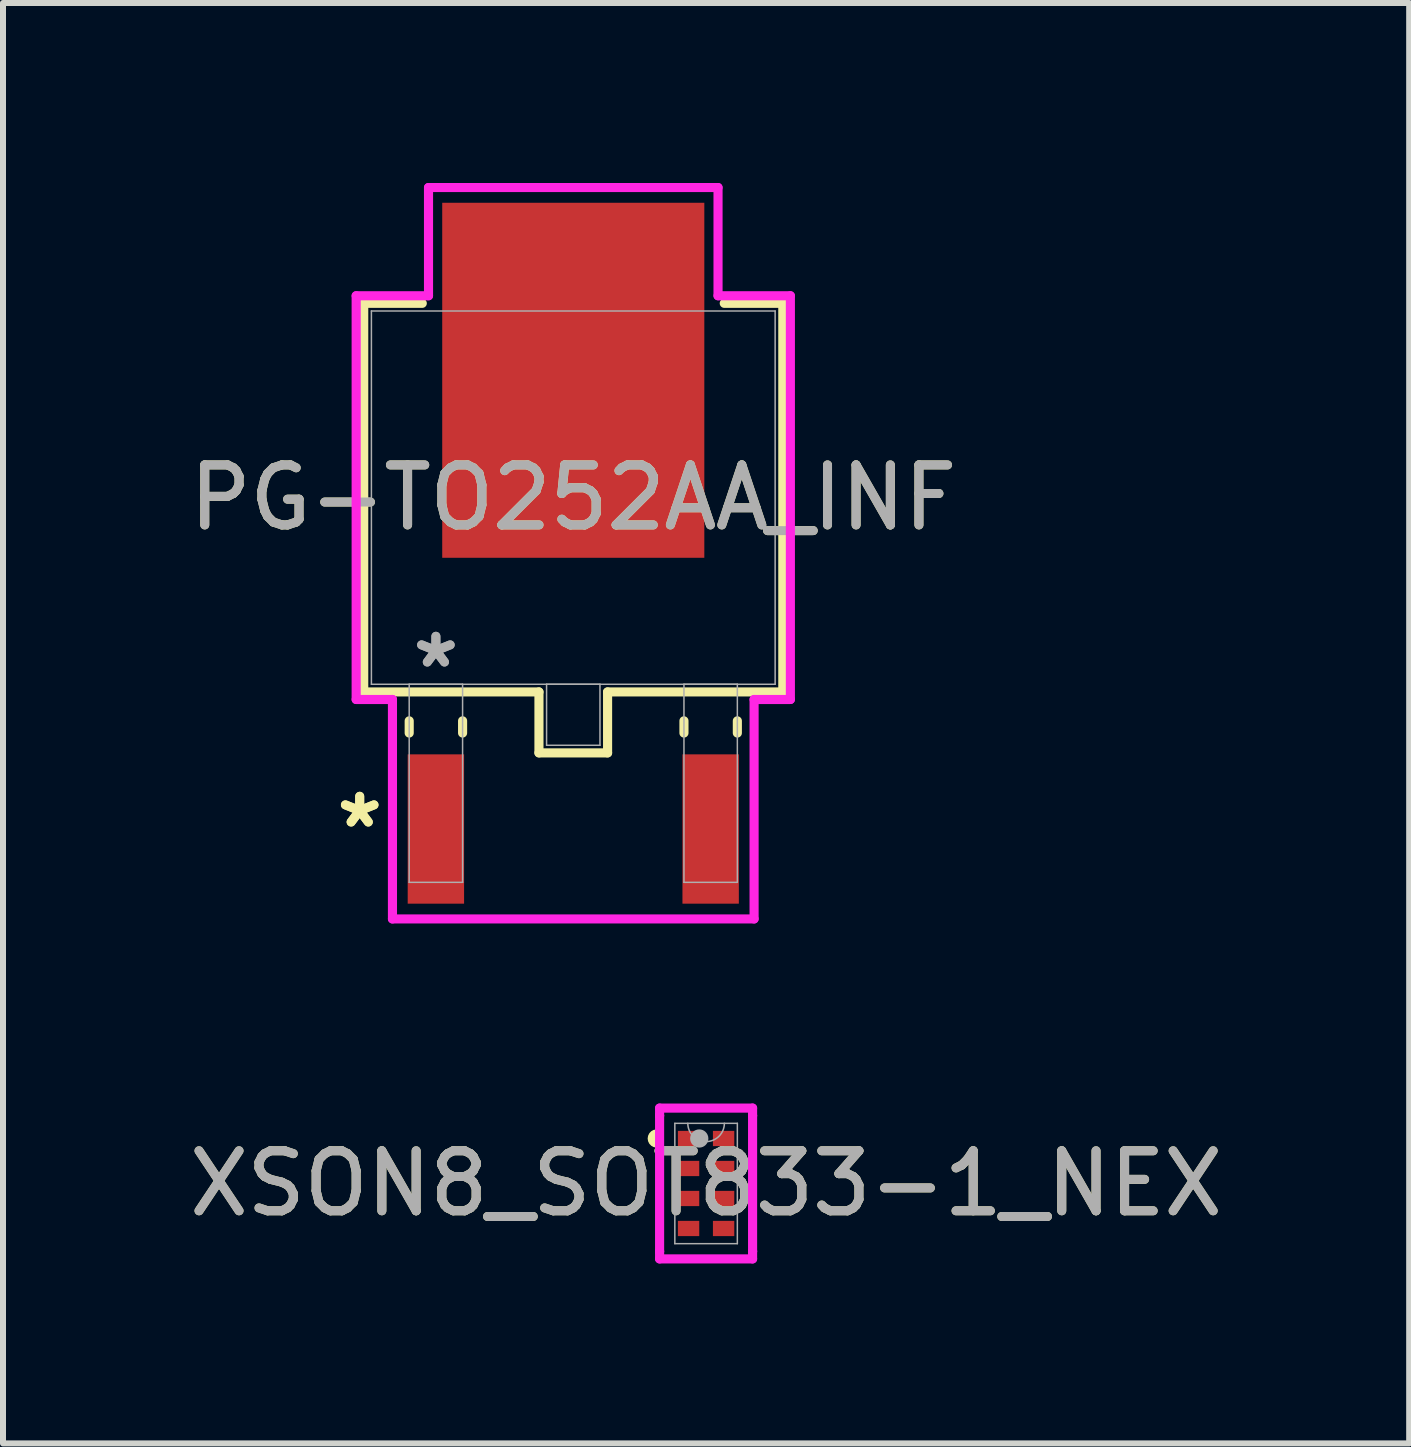
<source format=kicad_pcb>
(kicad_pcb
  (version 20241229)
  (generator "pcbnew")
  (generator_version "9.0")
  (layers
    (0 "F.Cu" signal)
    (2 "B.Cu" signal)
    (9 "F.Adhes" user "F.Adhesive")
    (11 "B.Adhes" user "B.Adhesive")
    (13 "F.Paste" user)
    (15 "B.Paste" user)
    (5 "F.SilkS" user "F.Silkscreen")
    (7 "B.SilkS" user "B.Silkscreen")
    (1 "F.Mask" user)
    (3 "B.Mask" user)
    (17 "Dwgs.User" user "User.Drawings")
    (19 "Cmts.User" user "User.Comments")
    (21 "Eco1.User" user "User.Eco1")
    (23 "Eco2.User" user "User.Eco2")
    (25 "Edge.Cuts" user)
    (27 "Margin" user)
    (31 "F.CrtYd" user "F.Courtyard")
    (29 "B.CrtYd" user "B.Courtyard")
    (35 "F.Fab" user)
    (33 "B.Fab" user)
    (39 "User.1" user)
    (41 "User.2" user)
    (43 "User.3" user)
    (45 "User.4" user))
  (footprint "XSON8_SOT833-1_NEX"
    (layer "F.Cu")
    (at 8.72 16.678)
    (property "Reference" "XSON8_SOT833-1_NEX" (at 0 0 0) (unlocked yes) (layer "F.SilkS") (effects (font (size 1 1) (thickness 0.15))))
    (attr smd)
    (fp_arc (start -0.80264 -0.676376) (mid -0.897763 -0.750189) (end -0.80264 -0.824002) (stroke (width 0.1524) (type solid)) (layer "F.SilkS"))
    (fp_line (start -0.775 -1.257) (end 0.775 -1.257) (stroke (width 0.152) (type solid)) (layer "F.CrtYd"))
    (fp_line (start -0.775 -1.131) (end -0.775 -1.257) (stroke (width 0.152) (type solid)) (layer "F.CrtYd"))
    (fp_line (start -0.775 -1.131) (end -0.775 -1.131) (stroke (width 0.152) (type solid)) (layer "F.CrtYd"))
    (fp_line (start -0.775 1.131) (end -0.775 -1.131) (stroke (width 0.152) (type solid)) (layer "F.CrtYd"))
    (fp_line (start -0.775 1.131) (end -0.775 1.131) (stroke (width 0.152) (type solid)) (layer "F.CrtYd"))
    (fp_line (start -0.775 1.257) (end -0.775 1.131) (stroke (width 0.152) (type solid)) (layer "F.CrtYd"))
    (fp_line (start 0.775 -1.257) (end 0.775 -1.131) (stroke (width 0.152) (type solid)) (layer "F.CrtYd"))
    (fp_line (start 0.775 -1.131) (end 0.775 -1.131) (stroke (width 0.152) (type solid)) (layer "F.CrtYd"))
    (fp_line (start 0.775 -1.131) (end 0.775 1.131) (stroke (width 0.152) (type solid)) (layer "F.CrtYd"))
    (fp_line (start 0.775 1.131) (end 0.775 1.131) (stroke (width 0.152) (type solid)) (layer "F.CrtYd"))
    (fp_line (start 0.775 1.131) (end 0.775 1.257) (stroke (width 0.152) (type solid)) (layer "F.CrtYd"))
    (fp_line (start 0.775 1.257) (end -0.775 1.257) (stroke (width 0.152) (type solid)) (layer "F.CrtYd"))
    (fp_line (start -0.521 -1.003) (end -0.521 1.003) (stroke (width 0.025) (type solid)) (layer "F.Fab"))
    (fp_line (start -0.521 1.003) (end 0.521 1.003) (stroke (width 0.025) (type solid)) (layer "F.Fab"))
    (fp_line (start 0.521 -1.003) (end -0.521 -1.003) (stroke (width 0.025) (type solid)) (layer "F.Fab"))
    (fp_line (start 0.521 1.003) (end 0.521 -1.003) (stroke (width 0.025) (type solid)) (layer "F.Fab"))
    (fp_arc (start 0.3048 -1.0033) (mid 0 -0.6985) (end -0.3048 -1.0033) (stroke (width 0.0254) (type solid)) (layer "F.Fab"))
    (fp_circle (center -0.114 -0.75) (end -0.038 -0.75) (stroke (width 0.152) (type solid)) (fill no) (layer "F.Fab"))
    (fp_text user "${REFERENCE}" (at 0 0 0) (unlocked yes) (layer "F.Fab") (effects (font (size 1 1) (thickness 0.15))))
    (pad "1" smd rect (at -0.267 -0.75) (size 0.406 0.254) (layers "F.Cu" "F.Mask" "F.Paste"))
    (pad "2" smd rect (at -0.292 -0.25) (size 0.356 0.254) (layers "F.Cu" "F.Mask" "F.Paste"))
    (pad "3" smd rect (at -0.292 0.25) (size 0.356 0.254) (layers "F.Cu" "F.Mask" "F.Paste"))
    (pad "4" smd rect (at -0.292 0.75) (size 0.356 0.254) (layers "F.Cu" "F.Mask" "F.Paste"))
    (pad "5" smd rect (at 0.292 0.75) (size 0.356 0.254) (layers "F.Cu" "F.Mask" "F.Paste"))
    (pad "6" smd rect (at 0.292 0.25) (size 0.356 0.254) (layers "F.Cu" "F.Mask" "F.Paste"))
    (pad "7" smd rect (at 0.292 -0.25) (size 0.356 0.254) (layers "F.Cu" "F.Mask" "F.Paste"))
    (pad "8" smd rect (at 0.292 -0.75) (size 0.356 0.254) (layers "F.Cu" "F.Mask" "F.Paste")))
  (footprint "PG-TO252AA_INF"
    (layer "F.Cu")
    (at 6.506 5.245)
    (property "Reference" "PG-TO252AA_INF" (at 0 0 0) (unlocked yes) (layer "F.SilkS") (effects (font (size 1 1) (thickness 0.15))))
    (attr smd)
    (fp_line (start -3.493 -3.239) (end -3.493 3.239) (stroke (width 0.152) (type solid)) (layer "F.SilkS"))
    (fp_line (start -3.493 3.239) (end -0.572 3.239) (stroke (width 0.152) (type solid)) (layer "F.SilkS"))
    (fp_line (start -2.735 3.721) (end -2.735 3.924) (stroke (width 0.152) (type solid)) (layer "F.SilkS"))
    (fp_line (start -2.517 -3.239) (end -3.493 -3.239) (stroke (width 0.152) (type solid)) (layer "F.SilkS"))
    (fp_line (start -1.845 3.721) (end -1.845 3.924) (stroke (width 0.152) (type solid)) (layer "F.SilkS"))
    (fp_line (start -0.572 3.239) (end -0.572 4.255) (stroke (width 0.152) (type solid)) (layer "F.SilkS"))
    (fp_line (start -0.572 4.255) (end 0.572 4.255) (stroke (width 0.152) (type solid)) (layer "F.SilkS"))
    (fp_line (start 0.572 3.239) (end 3.493 3.239) (stroke (width 0.152) (type solid)) (layer "F.SilkS"))
    (fp_line (start 0.572 4.255) (end 0.572 3.239) (stroke (width 0.152) (type solid)) (layer "F.SilkS"))
    (fp_line (start 1.845 3.721) (end 1.845 3.924) (stroke (width 0.152) (type solid)) (layer "F.SilkS"))
    (fp_line (start 2.735 3.721) (end 2.735 3.924) (stroke (width 0.152) (type solid)) (layer "F.SilkS"))
    (fp_line (start 3.493 -3.239) (end 2.517 -3.239) (stroke (width 0.152) (type solid)) (layer "F.SilkS"))
    (fp_line (start 3.493 3.239) (end 3.493 -3.239) (stroke (width 0.152) (type solid)) (layer "F.SilkS"))
    (fp_line (start -3.619 -3.365) (end -2.413 -3.365) (stroke (width 0.152) (type solid)) (layer "F.CrtYd"))
    (fp_line (start -3.619 3.365) (end -3.619 -3.365) (stroke (width 0.152) (type solid)) (layer "F.CrtYd"))
    (fp_line (start -3.014 3.365) (end -3.619 3.365) (stroke (width 0.152) (type solid)) (layer "F.CrtYd"))
    (fp_line (start -3.014 7.023) (end -3.014 3.365) (stroke (width 0.152) (type solid)) (layer "F.CrtYd"))
    (fp_line (start -2.413 -5.169) (end 2.413 -5.169) (stroke (width 0.152) (type solid)) (layer "F.CrtYd"))
    (fp_line (start -2.413 -3.365) (end -2.413 -5.169) (stroke (width 0.152) (type solid)) (layer "F.CrtYd"))
    (fp_line (start 2.413 -5.169) (end 2.413 -3.365) (stroke (width 0.152) (type solid)) (layer "F.CrtYd"))
    (fp_line (start 2.413 -3.365) (end 3.619 -3.365) (stroke (width 0.152) (type solid)) (layer "F.CrtYd"))
    (fp_line (start 3.014 3.365) (end 3.014 7.023) (stroke (width 0.152) (type solid)) (layer "F.CrtYd"))
    (fp_line (start 3.014 7.023) (end -3.014 7.023) (stroke (width 0.152) (type solid)) (layer "F.CrtYd"))
    (fp_line (start 3.619 -3.365) (end 3.619 3.365) (stroke (width 0.152) (type solid)) (layer "F.CrtYd"))
    (fp_line (start 3.619 3.365) (end 3.014 3.365) (stroke (width 0.152) (type solid)) (layer "F.CrtYd"))
    (fp_line (start -3.365 -3.111) (end -3.365 3.111) (stroke (width 0.025) (type solid)) (layer "F.Fab"))
    (fp_line (start -3.365 3.111) (end 3.365 3.111) (stroke (width 0.025) (type solid)) (layer "F.Fab"))
    (fp_line (start -2.735 3.111) (end -2.735 6.413) (stroke (width 0.025) (type solid)) (layer "F.Fab"))
    (fp_line (start -2.735 6.413) (end -1.845 6.413) (stroke (width 0.025) (type solid)) (layer "F.Fab"))
    (fp_line (start -1.845 3.111) (end -2.735 3.111) (stroke (width 0.025) (type solid)) (layer "F.Fab"))
    (fp_line (start -1.845 6.413) (end -1.845 3.111) (stroke (width 0.025) (type solid)) (layer "F.Fab"))
    (fp_line (start -0.445 3.111) (end -0.445 4.128) (stroke (width 0.025) (type solid)) (layer "F.Fab"))
    (fp_line (start -0.445 4.128) (end 0.445 4.128) (stroke (width 0.025) (type solid)) (layer "F.Fab"))
    (fp_line (start 0.445 3.111) (end -0.445 3.111) (stroke (width 0.025) (type solid)) (layer "F.Fab"))
    (fp_line (start 0.445 4.128) (end 0.445 3.111) (stroke (width 0.025) (type solid)) (layer "F.Fab"))
    (fp_line (start 1.845 3.111) (end 1.845 6.413) (stroke (width 0.025) (type solid)) (layer "F.Fab"))
    (fp_line (start 1.845 6.413) (end 2.735 6.413) (stroke (width 0.025) (type solid)) (layer "F.Fab"))
    (fp_line (start 2.735 3.111) (end 1.845 3.111) (stroke (width 0.025) (type solid)) (layer "F.Fab"))
    (fp_line (start 2.735 6.413) (end 2.735 3.111) (stroke (width 0.025) (type solid)) (layer "F.Fab"))
    (fp_line (start 3.365 -3.111) (end -3.365 -3.111) (stroke (width 0.025) (type solid)) (layer "F.Fab"))
    (fp_line (start 3.365 3.111) (end 3.365 -3.111) (stroke (width 0.025) (type solid)) (layer "F.Fab"))
    (fp_text user "*" (at -3.56 5.524 0) (layer "F.SilkS") (effects (font (size 1 1) (thickness 0.15))))
    (fp_text user "*" (at -3.56 5.524 0) (unlocked yes) (layer "F.SilkS") (effects (font (size 1 1) (thickness 0.15))))
    (fp_text user "${REFERENCE}" (at 0 0 0) (unlocked yes) (layer "F.Fab") (effects (font (size 1 1) (thickness 0.15))))
    (fp_text user "*" (at -2.29 2.857 0) (unlocked yes) (layer "F.Fab") (effects (font (size 1 1) (thickness 0.15))))
    (fp_text user "*" (at -2.29 2.857 0) (layer "F.Fab") (effects (font (size 1 1) (thickness 0.15))))
    (pad "1" smd rect (at -2.29 5.524) (size 0.94 2.489) (layers "F.Cu" "F.Mask" "F.Paste"))
    (pad "2" smd rect (at 0 -1.956) (size 4.369 5.918) (layers "F.Cu" "F.Mask" "F.Paste"))
    (pad "3" smd rect (at 2.29 5.524) (size 0.94 2.489) (layers "F.Cu" "F.Mask" "F.Paste")))
  (gr_rect
    (start -3 -3)
    (end 20.44 21.011)
    (stroke (width 0.1) (type default))
    (fill no)
    (layer "Edge.Cuts")))
</source>
